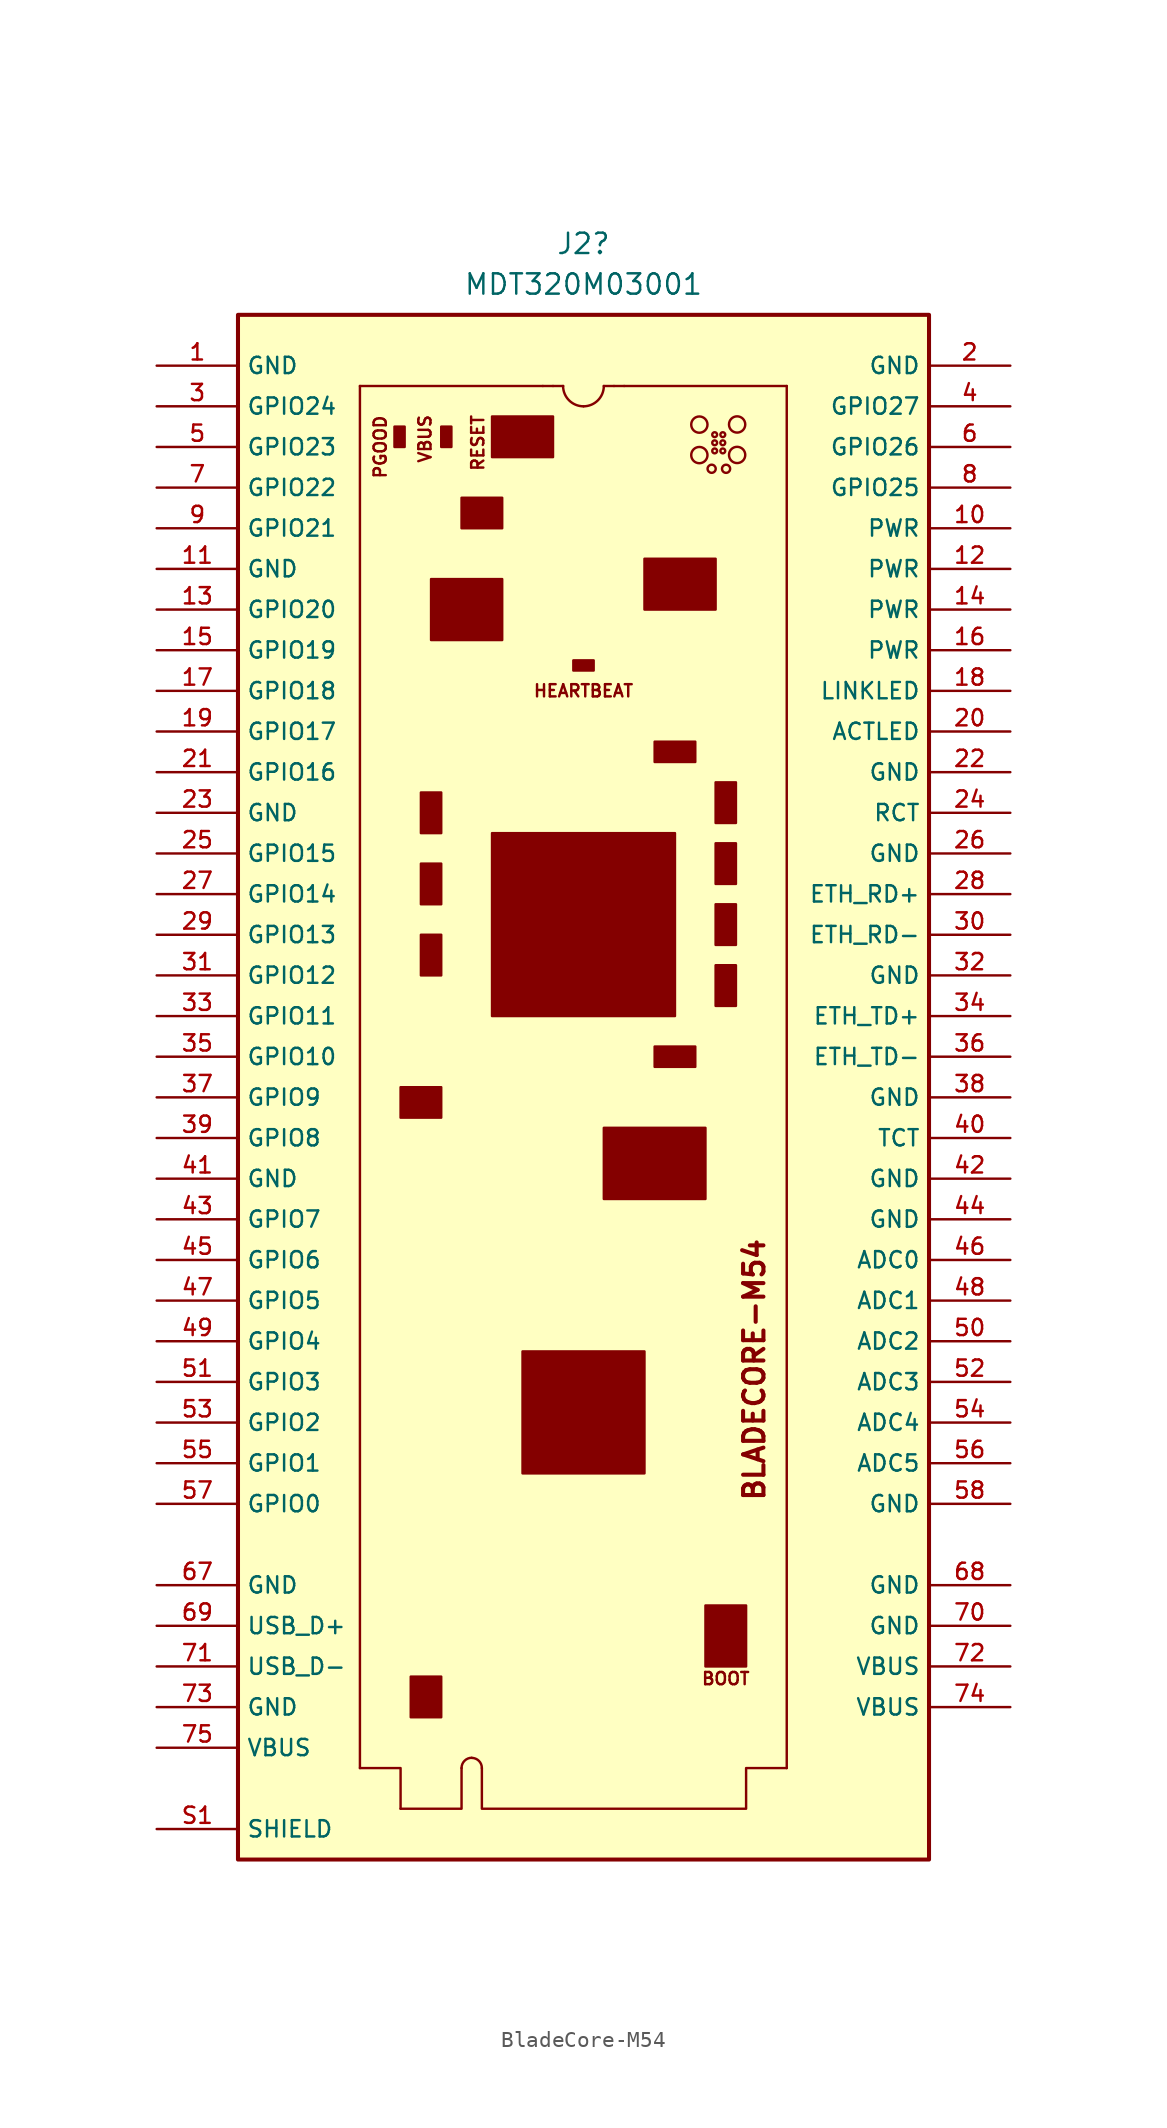
<source format=kicad_sym>
(kicad_symbol_lib
  (version 20241209)
  (generator "kicad_symbol_editor")
  (generator_version "9.0")
  (symbol "BladeCore-M54"
    (property "Reference" "J2"
      (at 0 53.34 0)
      (effects (font (size 1.27 1.27))))
    (property "Value" "MDT320M03001"
      (at 0 50.8 0)
      (effects (font (size 1.27 1.27))))
    (symbol "BladeCore-M54_0_0"
      (rectangle (start -21.59 48.895) (end 21.59 -47.625) (stroke (width 0.254) (type default)) (fill (type background)))
      (pin power_in line (at -26.67 45.72 0) (length 5.08) (name "GND" (effects (font (size 1.016 1.016)))) (number "1" (effects (font (size 1.016 1.016)))))
      (pin power_in line (at -26.67 33.02 0) (length 5.08) (name "GND" (effects (font (size 1.016 1.016)))) (number "11" (effects (font (size 1.016 1.016)))))
      (pin power_in line (at -26.67 17.78 0) (length 5.08) (name "GND" (effects (font (size 1.016 1.016)))) (number "23" (effects (font (size 1.016 1.016)))))
      (pin power_in line (at -26.67 -5.08 0) (length 5.08) (name "GND" (effects (font (size 1.016 1.016)))) (number "41" (effects (font (size 1.016 1.016)))))
      (pin power_in line (at -26.67 -30.48 0) (length 5.08) (name "GND" (effects (font (size 1.016 1.016)))) (number "67" (effects (font (size 1.016 1.016)))))
      (pin power_in line (at -26.67 -38.1 0) (length 5.08) (name "GND" (effects (font (size 1.016 1.016)))) (number "73" (effects (font (size 1.016 1.016)))))
      (pin power_in line (at -26.67 -40.64 0) (length 5.08) (name "VBUS" (effects (font (size 1.016 1.016)))) (number "75" (effects (font (size 1.016 1.016)))))
      (pin power_in line (at -26.67 -45.72 0) (length 5.08) (name "SHIELD" (effects (font (size 1.016 1.016)))) (number "S1" (effects (font (size 1.016 1.016)))))
      (pin passive line (at -26.67 -45.72 0) (length 5.08) (hide yes) (name "SHIELD" (effects (font (size 1.016 1.016)))) (number "S2" (effects (font (size 1.016 1.016)))))
      (pin power_in line (at 26.67 45.72 180) (length 5.08) (name "GND" (effects (font (size 1.016 1.016)))) (number "2" (effects (font (size 1.016 1.016)))))
      (pin power_in line (at 26.67 35.56 180) (length 5.08) (name "PWR" (effects (font (size 1.016 1.016)))) (number "10" (effects (font (size 1.016 1.016)))))
      (pin power_in line (at 26.67 33.02 180) (length 5.08) (name "PWR" (effects (font (size 1.016 1.016)))) (number "12" (effects (font (size 1.016 1.016)))))
      (pin power_in line (at 26.67 30.48 180) (length 5.08) (name "PWR" (effects (font (size 1.016 1.016)))) (number "14" (effects (font (size 1.016 1.016)))))
      (pin power_in line (at 26.67 27.94 180) (length 5.08) (name "PWR" (effects (font (size 1.016 1.016)))) (number "16" (effects (font (size 1.016 1.016)))))
      (pin power_in line (at 26.67 20.32 180) (length 5.08) (name "GND" (effects (font (size 1.016 1.016)))) (number "22" (effects (font (size 1.016 1.016)))))
      (pin power_in line (at 26.67 15.24 180) (length 5.08) (name "GND" (effects (font (size 1.016 1.016)))) (number "26" (effects (font (size 1.016 1.016)))))
      (pin power_in line (at 26.67 7.62 180) (length 5.08) (name "GND" (effects (font (size 1.016 1.016)))) (number "32" (effects (font (size 1.016 1.016)))))
      (pin power_in line (at 26.67 0 180) (length 5.08) (name "GND" (effects (font (size 1.016 1.016)))) (number "38" (effects (font (size 1.016 1.016)))))
      (pin power_in line (at 26.67 -5.08 180) (length 5.08) (name "GND" (effects (font (size 1.016 1.016)))) (number "42" (effects (font (size 1.016 1.016)))))
      (pin power_in line (at 26.67 -7.62 180) (length 5.08) (name "GND" (effects (font (size 1.016 1.016)))) (number "44" (effects (font (size 1.016 1.016)))))
      (pin power_in line (at 26.67 -25.4 180) (length 5.08) (name "GND" (effects (font (size 1.016 1.016)))) (number "58" (effects (font (size 1.016 1.016)))))
      (pin power_in line (at 26.67 -30.48 180) (length 5.08) (name "GND" (effects (font (size 1.016 1.016)))) (number "68" (effects (font (size 1.016 1.016)))))
      (pin power_in line (at 26.67 -33.02 180) (length 5.08) (name "GND" (effects (font (size 1.016 1.016)))) (number "70" (effects (font (size 1.016 1.016)))))
      (pin power_in line (at 26.67 -35.56 180) (length 5.08) (name "VBUS" (effects (font (size 1.016 1.016)))) (number "72" (effects (font (size 1.016 1.016)))))
      (pin power_in line (at 26.67 -38.1 180) (length 5.08) (name "VBUS" (effects (font (size 1.016 1.016)))) (number "74" (effects (font (size 1.016 1.016))))))
    (symbol "BladeCore-M54_0_1"
      (polyline (pts (xy -13.97 44.45) (xy -2.54 44.45)) (stroke (width 0) (type default)) (fill (type none)))
      (polyline (pts (xy -13.97 -41.91) (xy -13.97 44.45)) (stroke (width 0) (type default)) (fill (type none)))
      (rectangle (start -11.811 41.91) (end -11.176 40.64) (stroke (width 0) (type default)) (fill (type outline)))
      (rectangle (start -11.43 -1.27) (end -8.89 0.635) (stroke (width 0) (type default)) (fill (type outline)))
      (polyline (pts (xy -11.43 -44.45) (xy -11.43 -41.91) (xy -13.97 -41.91)) (stroke (width 0) (type default)) (fill (type none)))
      (polyline (pts (xy -11.43 -44.45) (xy -7.62 -44.45) (xy -7.62 -41.91)) (stroke (width 0) (type default)) (fill (type none)))
      (rectangle (start -10.795 -36.195) (end -8.89 -38.735) (stroke (width 0) (type default)) (fill (type outline)))
      (rectangle (start -10.16 19.05) (end -8.89 16.51) (stroke (width 0) (type default)) (fill (type outline)))
      (rectangle (start -10.16 14.605) (end -8.89 12.065) (stroke (width 0) (type default)) (fill (type outline)))
      (rectangle (start -10.16 10.16) (end -8.89 7.62) (stroke (width 0) (type default)) (fill (type outline)))
      (rectangle (start -9.525 32.385) (end -5.08 28.575) (stroke (width 0) (type default)) (fill (type outline)))
      (rectangle (start -8.89 41.91) (end -8.255 40.64) (stroke (width 0) (type default)) (fill (type outline)))
      (rectangle (start -7.62 37.465) (end -5.08 35.56) (stroke (width 0) (type default)) (fill (type outline)))
      (arc (start -7.62 -41.91) (mid -7.434 -41.461) (end -6.985 -41.275) (stroke (width 0) (type default)) (fill (type none)))
      (arc (start -6.985 -41.275) (mid -6.536 -41.461) (end -6.35 -41.91) (stroke (width 0) (type default)) (fill (type none)))
      (polyline (pts (xy -6.35 -41.91) (xy -6.35 -44.45) (xy 8.89 -44.45) (xy 10.16 -44.45) (xy 10.16 -41.91) (xy 12.7 -41.91)) (stroke (width 0) (type default)) (fill (type none)))
      (rectangle (start -5.715 42.545) (end -1.905 40.005) (stroke (width 0) (type default)) (fill (type outline)))
      (rectangle (start -5.715 16.51) (end 5.715 5.08) (stroke (width 0) (type default)) (fill (type outline)))
      (rectangle (start -3.81 -15.875) (end 3.81 -23.495) (stroke (width 0) (type default)) (fill (type outline)))
      (polyline (pts (xy -2.54 44.45) (xy -1.905 44.45)) (stroke (width 0) (type default)) (fill (type none)))
      (polyline (pts (xy -1.905 44.45) (xy -1.27 44.45)) (stroke (width 0) (type default)) (fill (type none)))
      (rectangle (start -0.635 26.67) (end 0.635 27.305) (stroke (width 0) (type default)) (fill (type outline)))
      (arc (start 1.27 44.45) (mid 0.898 43.552) (end 0 43.18) (stroke (width 0) (type default)) (fill (type none)))
      (arc (start 0 43.18) (mid -0.898 43.552) (end -1.27 44.45) (stroke (width 0) (type default)) (fill (type none)))
      (polyline (pts (xy 1.27 44.45) (xy 1.905 44.45)) (stroke (width 0) (type default)) (fill (type none)))
      (rectangle (start 1.27 -1.905) (end 7.62 -6.35) (stroke (width 0) (type default)) (fill (type outline)))
      (polyline (pts (xy 2.54 44.45) (xy 1.905 44.45)) (stroke (width 0) (type default)) (fill (type none)))
      (polyline (pts (xy 2.54 44.45) (xy 12.7 44.45)) (stroke (width 0) (type default)) (fill (type none)))
      (rectangle (start 3.81 33.655) (end 8.255 30.48) (stroke (width 0) (type default)) (fill (type outline)))
      (rectangle (start 4.445 20.955) (end 6.985 22.225) (stroke (width 0) (type default)) (fill (type outline)))
      (rectangle (start 4.445 1.905) (end 6.985 3.175) (stroke (width 0) (type default)) (fill (type outline)))
      (circle (center 7.239 42.037) (radius 0.508) (stroke (width 0) (type default)) (fill (type none)))
      (circle (center 7.239 40.132) (radius 0.508) (stroke (width 0) (type default)) (fill (type none)))
      (rectangle (start 7.62 -31.75) (end 10.16 -35.56) (stroke (width 0) (type default)) (fill (type outline)))
      (circle (center 8.007 39.278) (radius 0.254) (stroke (width 0) (type default)) (fill (type none)))
      (circle (center 8.196 41.409) (radius 0.076) (stroke (width 0) (type default)) (fill (type none)))
      (circle (center 8.196 40.901) (radius 0.076) (stroke (width 0) (type default)) (fill (type none)))
      (circle (center 8.196 40.393) (radius 0.076) (stroke (width 0) (type default)) (fill (type none)))
      (rectangle (start 8.255 19.685) (end 9.525 17.145) (stroke (width 0) (type default)) (fill (type outline)))
      (rectangle (start 8.255 15.875) (end 9.525 13.335) (stroke (width 0) (type default)) (fill (type outline)))
      (rectangle (start 8.255 12.065) (end 9.525 9.525) (stroke (width 0) (type default)) (fill (type outline)))
      (rectangle (start 8.255 8.255) (end 9.525 5.715) (stroke (width 0) (type default)) (fill (type outline)))
      (circle (center 8.704 41.409) (radius 0.076) (stroke (width 0) (type default)) (fill (type none)))
      (circle (center 8.704 40.901) (radius 0.076) (stroke (width 0) (type default)) (fill (type none)))
      (circle (center 8.704 40.393) (radius 0.076) (stroke (width 0) (type default)) (fill (type none)))
      (circle (center 8.909 39.276) (radius 0.254) (stroke (width 0) (type default)) (fill (type none)))
      (circle (center 9.599 42.046) (radius 0.508) (stroke (width 0) (type default)) (fill (type none)))
      (circle (center 9.599 40.141) (radius 0.508) (stroke (width 0) (type default)) (fill (type none)))
      (polyline (pts (xy 12.7 44.45) (xy 12.7 -41.91)) (stroke (width 0) (type default)) (fill (type none))))
    (symbol "BladeCore-M54_1_0"
      (pin bidirectional line (at -26.67 43.18 0) (length 5.08) (name "GPIO24" (effects (font (size 1.016 1.016)))) (number "3" (effects (font (size 1.016 1.016)))))
      (pin bidirectional line (at -26.67 40.64 0) (length 5.08) (name "GPIO23" (effects (font (size 1.016 1.016)))) (number "5" (effects (font (size 1.016 1.016)))))
      (pin bidirectional line (at -26.67 38.1 0) (length 5.08) (name "GPIO22" (effects (font (size 1.016 1.016)))) (number "7" (effects (font (size 1.016 1.016)))))
      (pin bidirectional line (at -26.67 35.56 0) (length 5.08) (name "GPIO21" (effects (font (size 1.016 1.016)))) (number "9" (effects (font (size 1.016 1.016)))))
      (pin bidirectional line (at -26.67 30.48 0) (length 5.08) (name "GPIO20" (effects (font (size 1.016 1.016)))) (number "13" (effects (font (size 1.016 1.016)))))
      (pin bidirectional line (at -26.67 27.94 0) (length 5.08) (name "GPIO19" (effects (font (size 1.016 1.016)))) (number "15" (effects (font (size 1.016 1.016)))))
      (pin bidirectional line (at -26.67 25.4 0) (length 5.08) (name "GPIO18" (effects (font (size 1.016 1.016)))) (number "17" (effects (font (size 1.016 1.016)))))
      (pin bidirectional line (at -26.67 22.86 0) (length 5.08) (name "GPIO17" (effects (font (size 1.016 1.016)))) (number "19" (effects (font (size 1.016 1.016)))))
      (pin bidirectional line (at -26.67 20.32 0) (length 5.08) (name "GPIO16" (effects (font (size 1.016 1.016)))) (number "21" (effects (font (size 1.016 1.016)))))
      (pin bidirectional line (at -26.67 15.24 0) (length 5.08) (name "GPIO15" (effects (font (size 1.016 1.016)))) (number "25" (effects (font (size 1.016 1.016)))))
      (pin bidirectional line (at -26.67 12.7 0) (length 5.08) (name "GPIO14" (effects (font (size 1.016 1.016)))) (number "27" (effects (font (size 1.016 1.016)))))
      (pin bidirectional line (at -26.67 10.16 0) (length 5.08) (name "GPIO13" (effects (font (size 1.016 1.016)))) (number "29" (effects (font (size 1.016 1.016)))))
      (pin bidirectional line (at -26.67 7.62 0) (length 5.08) (name "GPIO12" (effects (font (size 1.016 1.016)))) (number "31" (effects (font (size 1.016 1.016)))))
      (pin bidirectional line (at -26.67 5.08 0) (length 5.08) (name "GPIO11" (effects (font (size 1.016 1.016)))) (number "33" (effects (font (size 1.016 1.016)))))
      (pin bidirectional line (at -26.67 2.54 0) (length 5.08) (name "GPIO10" (effects (font (size 1.016 1.016)))) (number "35" (effects (font (size 1.016 1.016)))))
      (pin bidirectional line (at -26.67 0 0) (length 5.08) (name "GPIO9" (effects (font (size 1.016 1.016)))) (number "37" (effects (font (size 1.016 1.016)))))
      (pin bidirectional line (at -26.67 -2.54 0) (length 5.08) (name "GPIO8" (effects (font (size 1.016 1.016)))) (number "39" (effects (font (size 1.016 1.016)))))
      (pin bidirectional line (at -26.67 -7.62 0) (length 5.08) (name "GPIO7" (effects (font (size 1.016 1.016)))) (number "43" (effects (font (size 1.016 1.016)))))
      (pin bidirectional line (at -26.67 -10.16 0) (length 5.08) (name "GPIO6" (effects (font (size 1.016 1.016)))) (number "45" (effects (font (size 1.016 1.016)))))
      (pin bidirectional line (at -26.67 -12.7 0) (length 5.08) (name "GPIO5" (effects (font (size 1.016 1.016)))) (number "47" (effects (font (size 1.016 1.016)))))
      (pin bidirectional line (at -26.67 -15.24 0) (length 5.08) (name "GPIO4" (effects (font (size 1.016 1.016)))) (number "49" (effects (font (size 1.016 1.016)))))
      (pin bidirectional line (at -26.67 -17.78 0) (length 5.08) (name "GPIO3" (effects (font (size 1.016 1.016)))) (number "51" (effects (font (size 1.016 1.016)))))
      (pin bidirectional line (at -26.67 -20.32 0) (length 5.08) (name "GPIO2" (effects (font (size 1.016 1.016)))) (number "53" (effects (font (size 1.016 1.016)))))
      (pin bidirectional line (at -26.67 -22.86 0) (length 5.08) (name "GPIO1" (effects (font (size 1.016 1.016)))) (number "55" (effects (font (size 1.016 1.016)))))
      (pin bidirectional line (at -26.67 -25.4 0) (length 5.08) (name "GPIO0" (effects (font (size 1.016 1.016)))) (number "57" (effects (font (size 1.016 1.016)))))
      (pin bidirectional line (at -26.67 -33.02 0) (length 5.08) (name "USB_D+" (effects (font (size 1.016 1.016)))) (number "69" (effects (font (size 1.016 1.016)))))
      (pin bidirectional line (at -26.67 -35.56 0) (length 5.08) (name "USB_D-" (effects (font (size 1.016 1.016)))) (number "71" (effects (font (size 1.016 1.016)))))
      (pin bidirectional line (at 26.67 43.18 180) (length 5.08) (name "GPIO27" (effects (font (size 1.016 1.016)))) (number "4" (effects (font (size 1.016 1.016)))))
      (pin bidirectional line (at 26.67 40.64 180) (length 5.08) (name "GPIO26" (effects (font (size 1.016 1.016)))) (number "6" (effects (font (size 1.016 1.016)))))
      (pin bidirectional line (at 26.67 38.1 180) (length 5.08) (name "GPIO25" (effects (font (size 1.016 1.016)))) (number "8" (effects (font (size 1.016 1.016)))))
      (pin output line (at 26.67 25.4 180) (length 5.08) (name "LINKLED" (effects (font (size 1.016 1.016)))) (number "18" (effects (font (size 1.016 1.016)))))
      (pin output line (at 26.67 22.86 180) (length 5.08) (name "ACTLED" (effects (font (size 1.016 1.016)))) (number "20" (effects (font (size 1.016 1.016)))))
      (pin passive line (at 26.67 17.78 180) (length 5.08) (name "RCT" (effects (font (size 1.016 1.016)))) (number "24" (effects (font (size 1.016 1.016)))))
      (pin input line (at 26.67 12.7 180) (length 5.08) (name "ETH_RD+" (effects (font (size 1.016 1.016)))) (number "28" (effects (font (size 1.016 1.016)))))
      (pin input line (at 26.67 10.16 180) (length 5.08) (name "ETH_RD-" (effects (font (size 1.016 1.016)))) (number "30" (effects (font (size 1.016 1.016)))))
      (pin output line (at 26.67 5.08 180) (length 5.08) (name "ETH_TD+" (effects (font (size 1.016 1.016)))) (number "34" (effects (font (size 1.016 1.016)))))
      (pin output line (at 26.67 2.54 180) (length 5.08) (name "ETH_TD-" (effects (font (size 1.016 1.016)))) (number "36" (effects (font (size 1.016 1.016)))))
      (pin passive line (at 26.67 -2.54 180) (length 5.08) (name "TCT" (effects (font (size 1.016 1.016)))) (number "40" (effects (font (size 1.016 1.016)))))
      (pin input line (at 26.67 -10.16 180) (length 5.08) (name "ADC0" (effects (font (size 1.016 1.016)))) (number "46" (effects (font (size 1.016 1.016)))))
      (pin input line (at 26.67 -12.7 180) (length 5.08) (name "ADC1" (effects (font (size 1.016 1.016)))) (number "48" (effects (font (size 1.016 1.016)))))
      (pin input line (at 26.67 -15.24 180) (length 5.08) (name "ADC2" (effects (font (size 1.016 1.016)))) (number "50" (effects (font (size 1.016 1.016)))))
      (pin input line (at 26.67 -17.78 180) (length 5.08) (name "ADC3" (effects (font (size 1.016 1.016)))) (number "52" (effects (font (size 1.016 1.016)))))
      (pin input line (at 26.67 -20.32 180) (length 5.08) (name "ADC4" (effects (font (size 1.016 1.016)))) (number "54" (effects (font (size 1.016 1.016)))))
      (pin input line (at 26.67 -22.86 180) (length 5.08) (name "ADC5" (effects (font (size 1.016 1.016)))) (number "56" (effects (font (size 1.016 1.016))))))
    (symbol "BladeCore-M54_1_1"
      (text "PGOOD" (at -12.7 40.64 900) (effects (font (size 0.762 0.762))))
      (text "VBUS" (at -9.906 41.148 900) (effects (font (size 0.762 0.762))))
      (text "RESET" (at -6.604 40.894 900) (effects (font (size 0.762 0.762))))
      (text "HEARTBEAT" (at 0 25.4 0) (effects (font (size 0.762 0.762))))
      (text "BOOT" (at 8.89 -36.322 0) (effects (font (size 0.762 0.762))))
      (text "BLADECORE-M54" (at 10.668 -17.018 900) (effects (font (size 1.27 1.27) (thickness 0.254) (bold yes)))))))
</source>
